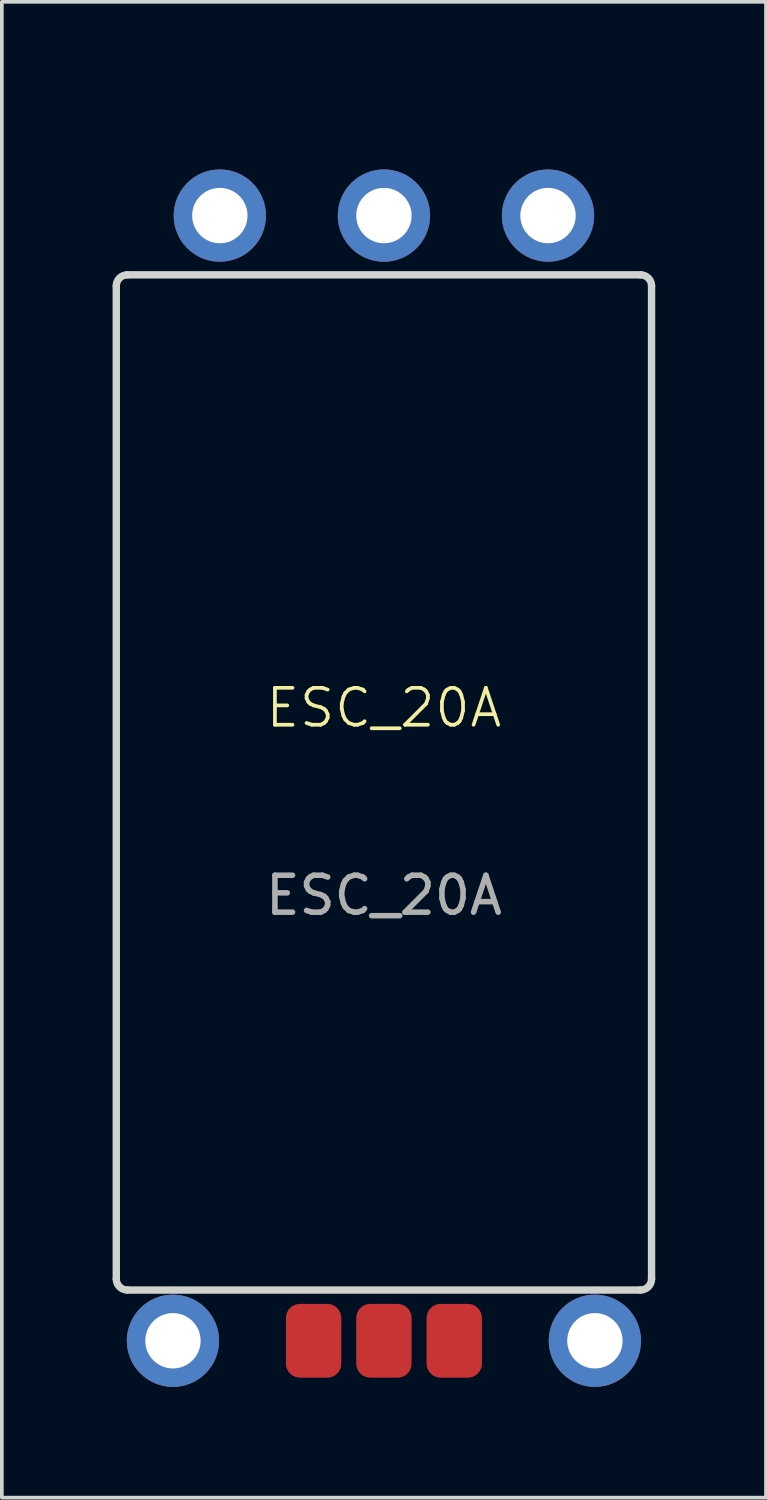
<source format=kicad_pcb>
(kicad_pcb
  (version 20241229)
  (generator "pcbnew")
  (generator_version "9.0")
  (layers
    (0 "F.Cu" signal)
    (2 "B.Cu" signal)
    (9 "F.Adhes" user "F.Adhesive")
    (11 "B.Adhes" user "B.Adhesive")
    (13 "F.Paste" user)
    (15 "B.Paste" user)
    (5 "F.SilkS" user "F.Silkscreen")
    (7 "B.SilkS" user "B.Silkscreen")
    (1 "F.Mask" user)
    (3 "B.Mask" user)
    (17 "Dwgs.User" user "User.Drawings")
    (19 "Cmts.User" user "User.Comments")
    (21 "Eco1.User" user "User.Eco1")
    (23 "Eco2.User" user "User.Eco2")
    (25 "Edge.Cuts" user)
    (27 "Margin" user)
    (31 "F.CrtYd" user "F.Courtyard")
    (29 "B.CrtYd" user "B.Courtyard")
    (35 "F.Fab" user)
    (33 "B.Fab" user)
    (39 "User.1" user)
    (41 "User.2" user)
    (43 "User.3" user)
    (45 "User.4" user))
  (footprint "ESC_20A"
    (layer "F.Cu")
    (at 7.35 0.25)
    (property "Reference" "ESC_20A" (at 0 15.875 0) (unlocked yes) (layer "F.SilkS") (effects (font (size 1 1) (thickness 0.1))))
    (attr smd)
    (fp_line (start -7.25 4.445) (end -7.25 31.345) (stroke (width 0.2) (type solid)) (layer "Edge.Cuts"))
    (fp_line (start -6.95 31.645) (end 6.95 31.645) (stroke (width 0.2) (type solid)) (layer "Edge.Cuts"))
    (fp_line (start 6.95 4.145) (end -6.95 4.145) (stroke (width 0.2) (type solid)) (layer "Edge.Cuts"))
    (fp_line (start 7.25 31.345) (end 7.25 4.445) (stroke (width 0.2) (type solid)) (layer "Edge.Cuts"))
    (fp_arc (start -7.25 4.445) (mid -7.162132 4.232868) (end -6.95 4.145) (stroke (width 0.2) (type solid)) (layer "Edge.Cuts"))
    (fp_arc (start -6.95 31.645) (mid -7.162132 31.557132) (end -7.25 31.345) (stroke (width 0.2) (type solid)) (layer "Edge.Cuts"))
    (fp_arc (start 6.95 4.145) (mid 7.162132 4.232868) (end 7.25 4.445) (stroke (width 0.2) (type solid)) (layer "Edge.Cuts"))
    (fp_arc (start 7.25 31.345) (mid 7.162132 31.557132) (end 6.95 31.645) (stroke (width 0.2) (type solid)) (layer "Edge.Cuts"))
    (fp_text user "${REFERENCE}" (at 0 20.955 0) (unlocked yes) (layer "F.Fab") (effects (font (size 1 1) (thickness 0.15))))
    (pad "1" thru_hole circle (at 5.715 33.02 90) (size 2.5 2.5) (drill 1.5) (layers "*.Cu" "*.Mask"))
    (pad "2" thru_hole circle (at -5.715 33.02 90) (size 2.5 2.5) (drill 1.5) (layers "*.Cu" "*.Mask"))
    (pad "3" smd roundrect (at -1.905 33.02) (size 1.5 2) (layers "F.Cu" "F.Mask" "F.Paste") (roundrect_rratio 0.25))
    (pad "4" smd roundrect (at 0 33.02) (size 1.5 2) (layers "F.Cu" "F.Mask" "F.Paste") (roundrect_rratio 0.25))
    (pad "5" smd roundrect (at 1.905 33.02) (size 1.5 2) (layers "F.Cu" "F.Mask" "F.Paste") (roundrect_rratio 0.25))
    (pad "6" thru_hole circle (at -4.445 2.54) (size 2.5 2.5) (drill 1.5) (layers "*.Cu" "*.Mask"))
    (pad "7" thru_hole circle (at 0 2.54) (size 2.5 2.5) (drill 1.5) (layers "*.Cu" "*.Mask"))
    (pad "8" thru_hole circle (at 4.445 2.54 90) (size 2.5 2.5) (drill 1.5) (layers "*.Cu" "*.Mask")))
  (gr_rect
    (start -3 -3)
    (end 17.7 37.52)
    (stroke (width 0.1) (type default))
    (fill no)
    (layer "Edge.Cuts")))
</source>
